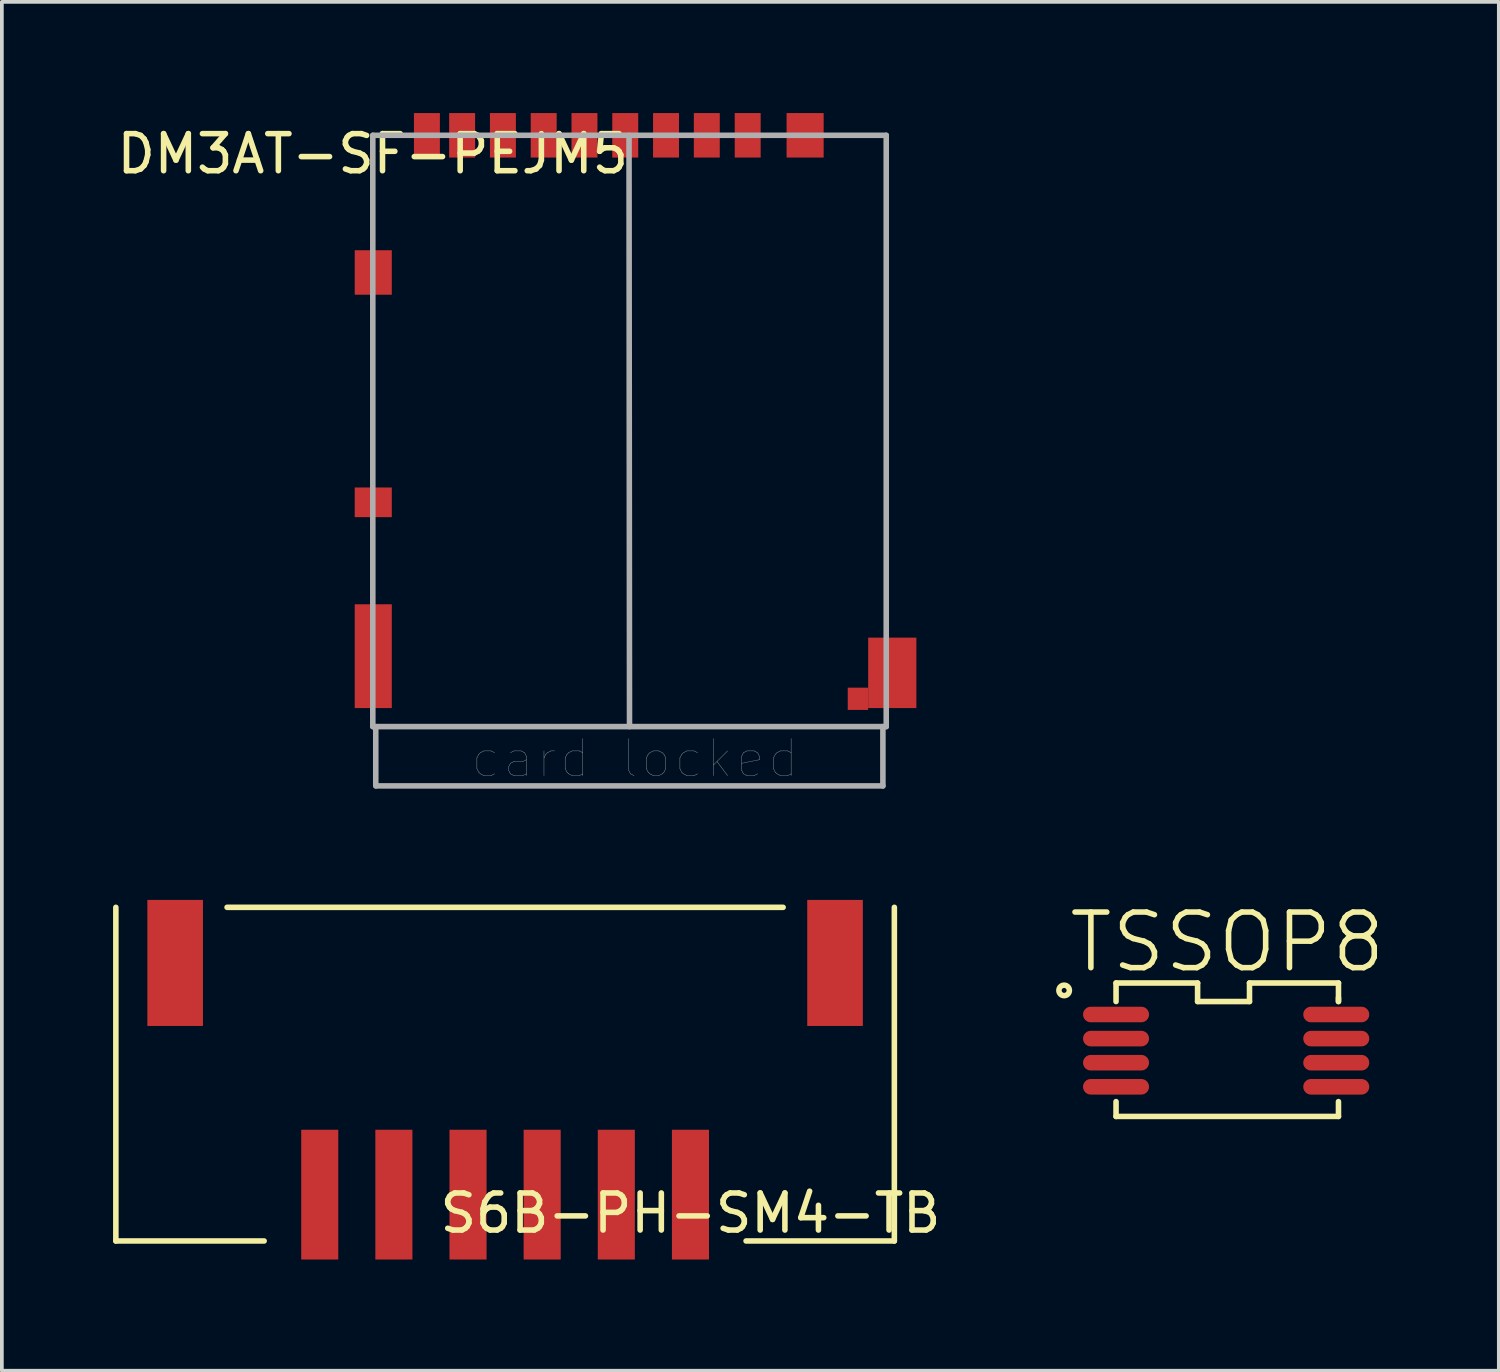
<source format=kicad_pcb>
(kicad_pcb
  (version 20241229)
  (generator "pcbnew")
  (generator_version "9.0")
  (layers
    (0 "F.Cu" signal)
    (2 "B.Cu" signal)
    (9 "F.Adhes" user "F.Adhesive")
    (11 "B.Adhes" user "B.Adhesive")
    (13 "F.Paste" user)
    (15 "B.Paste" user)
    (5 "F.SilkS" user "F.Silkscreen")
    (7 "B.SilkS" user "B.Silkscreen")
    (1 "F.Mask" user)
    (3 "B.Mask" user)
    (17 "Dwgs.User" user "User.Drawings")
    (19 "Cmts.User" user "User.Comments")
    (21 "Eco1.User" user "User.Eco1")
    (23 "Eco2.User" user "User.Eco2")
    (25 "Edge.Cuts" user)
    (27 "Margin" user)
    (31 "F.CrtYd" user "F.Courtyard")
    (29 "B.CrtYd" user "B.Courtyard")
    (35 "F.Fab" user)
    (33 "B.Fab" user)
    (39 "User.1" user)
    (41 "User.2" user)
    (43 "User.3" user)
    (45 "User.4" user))
  (footprint "TSSOP8"
    (layer "F.Cu")
    (at 27.055 24.316)
    (property "Reference" "TSSOP8" (at 3 -1.95 0) (layer "F.SilkS") (effects (font (size 1.5 1.5) (thickness 0.15))))
    (attr through_hole)
    (fp_line (start 0 -0.85) (end 0 -0.35) (stroke (width 0.15) (type solid)) (layer "F.SilkS"))
    (fp_line (start 0 -0.85) (end 2.2 -0.85) (stroke (width 0.15) (type solid)) (layer "F.SilkS"))
    (fp_line (start 0 2.75) (end 0 2.35) (stroke (width 0.15) (type solid)) (layer "F.SilkS"))
    (fp_line (start 2.2 -0.85) (end 2.2 -0.35) (stroke (width 0.15) (type solid)) (layer "F.SilkS"))
    (fp_line (start 2.2 -0.35) (end 3.6 -0.35) (stroke (width 0.15) (type solid)) (layer "F.SilkS"))
    (fp_line (start 3.6 -0.85) (end 6 -0.85) (stroke (width 0.15) (type solid)) (layer "F.SilkS"))
    (fp_line (start 3.6 -0.35) (end 3.6 -0.85) (stroke (width 0.15) (type solid)) (layer "F.SilkS"))
    (fp_line (start 6 -0.85) (end 6 -0.35) (stroke (width 0.15) (type solid)) (layer "F.SilkS"))
    (fp_line (start 6 -0.35) (end 6 -0.45) (stroke (width 0.15) (type solid)) (layer "F.SilkS"))
    (fp_line (start 6 2.35) (end 6 2.75) (stroke (width 0.15) (type solid)) (layer "F.SilkS"))
    (fp_line (start 6 2.75) (end 0 2.75) (stroke (width 0.15) (type solid)) (layer "F.SilkS"))
    (fp_circle (center -1.4 -0.65) (end -1.3 -0.55) (stroke (width 0.15) (type solid)) (fill no) (layer "F.SilkS"))
    (pad "1" smd oval (at 0 0) (size 1.78 0.42) (layers "F.Cu" "F.Mask" "F.Paste"))
    (pad "2" smd oval (at 0 0.65) (size 1.78 0.42) (layers "F.Cu" "F.Mask" "F.Paste"))
    (pad "3" smd oval (at 0 1.3) (size 1.78 0.42) (layers "F.Cu" "F.Mask" "F.Paste"))
    (pad "4" smd oval (at 0 1.95) (size 1.78 0.42) (layers "F.Cu" "F.Mask" "F.Paste"))
    (pad "5" smd oval (at 5.94 1.95) (size 1.78 0.42) (layers "F.Cu" "F.Mask" "F.Paste"))
    (pad "6" smd oval (at 5.94 1.3) (size 1.78 0.42) (layers "F.Cu" "F.Mask" "F.Paste"))
    (pad "7" smd oval (at 5.94 0.65) (size 1.78 0.42) (layers "F.Cu" "F.Mask" "F.Paste"))
    (pad "8" smd oval (at 5.94 0) (size 1.78 0.42) (layers "F.Cu" "F.Mask" "F.Paste")))
  (footprint "DM3AT-SF-PEJM5"
    (layer "F.Cu")
    (at 7.006 0.6)
    (property "Reference" "DM3AT-SF-PEJM5" (at 0 0.5 0) (layer "F.SilkS") (effects (font (size 1 1) (thickness 0.15))))
    (attr through_hole)
    (fp_line (start 0 0) (end 0 15.95) (stroke (width 0.15) (type solid)) (layer "F.Fab"))
    (fp_line (start 0 15.95) (end 13.85 15.95) (stroke (width 0.15) (type solid)) (layer "F.Fab"))
    (fp_line (start 0.08 17.55) (end 0.08 15.95) (stroke (width 0.15) (type solid)) (layer "F.Fab"))
    (fp_line (start 6.925 15.95) (end 6.912 0) (stroke (width 0.15) (type solid)) (layer "F.Fab"))
    (fp_line (start 13.76 15.95) (end 13.76 17.55) (stroke (width 0.15) (type solid)) (layer "F.Fab"))
    (fp_line (start 13.76 17.55) (end 0.09 17.55) (stroke (width 0.15) (type solid)) (layer "F.Fab"))
    (fp_line (start 13.85 0) (end 0 0) (stroke (width 0.15) (type solid)) (layer "F.Fab"))
    (fp_line (start 13.85 15.95) (end 13.85 0) (stroke (width 0.15) (type solid)) (layer "F.Fab"))
    (fp_text user "card locked" (at 7.07 16.81 0) (layer "F.Fab") (effects (font (size 1 1) (thickness 0.01))))
    (pad "1" smd rect (at 10.113 0) (size 0.7 1.2) (layers "F.Cu" "F.Mask" "F.Paste"))
    (pad "2" smd rect (at 9.01 0) (size 0.7 1.2) (layers "F.Cu" "F.Mask" "F.Paste"))
    (pad "3" smd rect (at 7.91 0) (size 0.7 1.2) (layers "F.Cu" "F.Mask" "F.Paste"))
    (pad "4" smd rect (at 6.81 0) (size 0.7 1.2) (layers "F.Cu" "F.Mask" "F.Paste"))
    (pad "5" smd rect (at 5.71 0) (size 0.7 1.2) (layers "F.Cu" "F.Mask" "F.Paste"))
    (pad "6" smd rect (at 4.61 0) (size 0.7 1.2) (layers "F.Cu" "F.Mask" "F.Paste"))
    (pad "7" smd rect (at 3.51 0) (size 0.7 1.2) (layers "F.Cu" "F.Mask" "F.Paste"))
    (pad "8" smd rect (at 2.41 0) (size 0.7 1.2) (layers "F.Cu" "F.Mask" "F.Paste"))
    (pad "CS" smd rect (at 0.013 3.7) (size 1 1.2) (layers "F.Cu" "F.Mask" "F.Paste"))
    (pad "CS" smd rect (at 0.013 9.9) (size 1 0.8) (layers "F.Cu" "F.Mask" "F.Paste"))
    (pad "CS" smd rect (at 11.662 0) (size 1 1.2) (layers "F.Cu" "F.Mask" "F.Paste"))
    (pad "CS" smd rect (at 12.812 14.9) (size 0.55 0.6) (drill (offset 0.275 0.3)) (layers "F.Cu" "F.Mask" "F.Paste"))
    (pad "CS" smd rect (at 13.363 14.5) (size 1.3 1.9) (drill (offset 0.65 0)) (layers "F.Cu" "F.Mask" "F.Paste"))
    (pad "CSA" smd rect (at 0.013 14.05) (size 1 2.8) (layers "F.Cu" "F.Mask" "F.Paste"))
    (pad "CSB" smd rect (at 1.46 0) (size 0.7 1.2) (layers "F.Cu" "F.Mask" "F.Paste")))
  (footprint "S6B-PH-SM4-TB"
    (layer "F.Cu")
    (at 15.575 29.175)
    (property "Reference" "S6B-PH-SM4-TB" (at 0 0.5 0) (layer "F.SilkS") (effects (font (size 1 1) (thickness 0.15))))
    (attr through_hole)
    (fp_line (start -15.5 -7.75) (end -15.5 1.25) (stroke (width 0.15) (type solid)) (layer "F.SilkS"))
    (fp_line (start -15.5 1.25) (end -11.5 1.25) (stroke (width 0.15) (type solid)) (layer "F.SilkS"))
    (fp_line (start -12.5 -7.75) (end 2.5 -7.75) (stroke (width 0.15) (type solid)) (layer "F.SilkS"))
    (fp_line (start 1.5 1.25) (end 5.5 1.25) (stroke (width 0.15) (type solid)) (layer "F.SilkS"))
    (fp_line (start 5.5 1.25) (end 5.5 -7.75) (stroke (width 0.15) (type solid)) (layer "F.SilkS"))
    (pad "" smd rect (at -13.9 -6.25) (size 1.5 3.4) (layers "F.Cu" "F.Mask" "F.Paste"))
    (pad "" smd rect (at 3.9 -6.25) (size 1.5 3.4) (layers "F.Cu" "F.Mask" "F.Paste"))
    (pad "1" smd rect (at 0 0) (size 1 3.5) (layers "F.Cu" "F.Mask" "F.Paste"))
    (pad "2" smd rect (at -2 0) (size 1 3.5) (layers "F.Cu" "F.Mask" "F.Paste"))
    (pad "3" smd rect (at -4 0) (size 1 3.5) (layers "F.Cu" "F.Mask" "F.Paste"))
    (pad "4" smd rect (at -6 0) (size 1 3.5) (layers "F.Cu" "F.Mask" "F.Paste"))
    (pad "5" smd rect (at -8 0) (size 1 3.5) (layers "F.Cu" "F.Mask" "F.Paste"))
    (pad "6" smd rect (at -10 0) (size 1 3.5) (layers "F.Cu" "F.Mask" "F.Paste")))
  (gr_rect
    (start -3 -3)
    (end 37.38 33.925)
    (stroke (width 0.1) (type default))
    (fill no)
    (layer "Edge.Cuts")))
</source>
